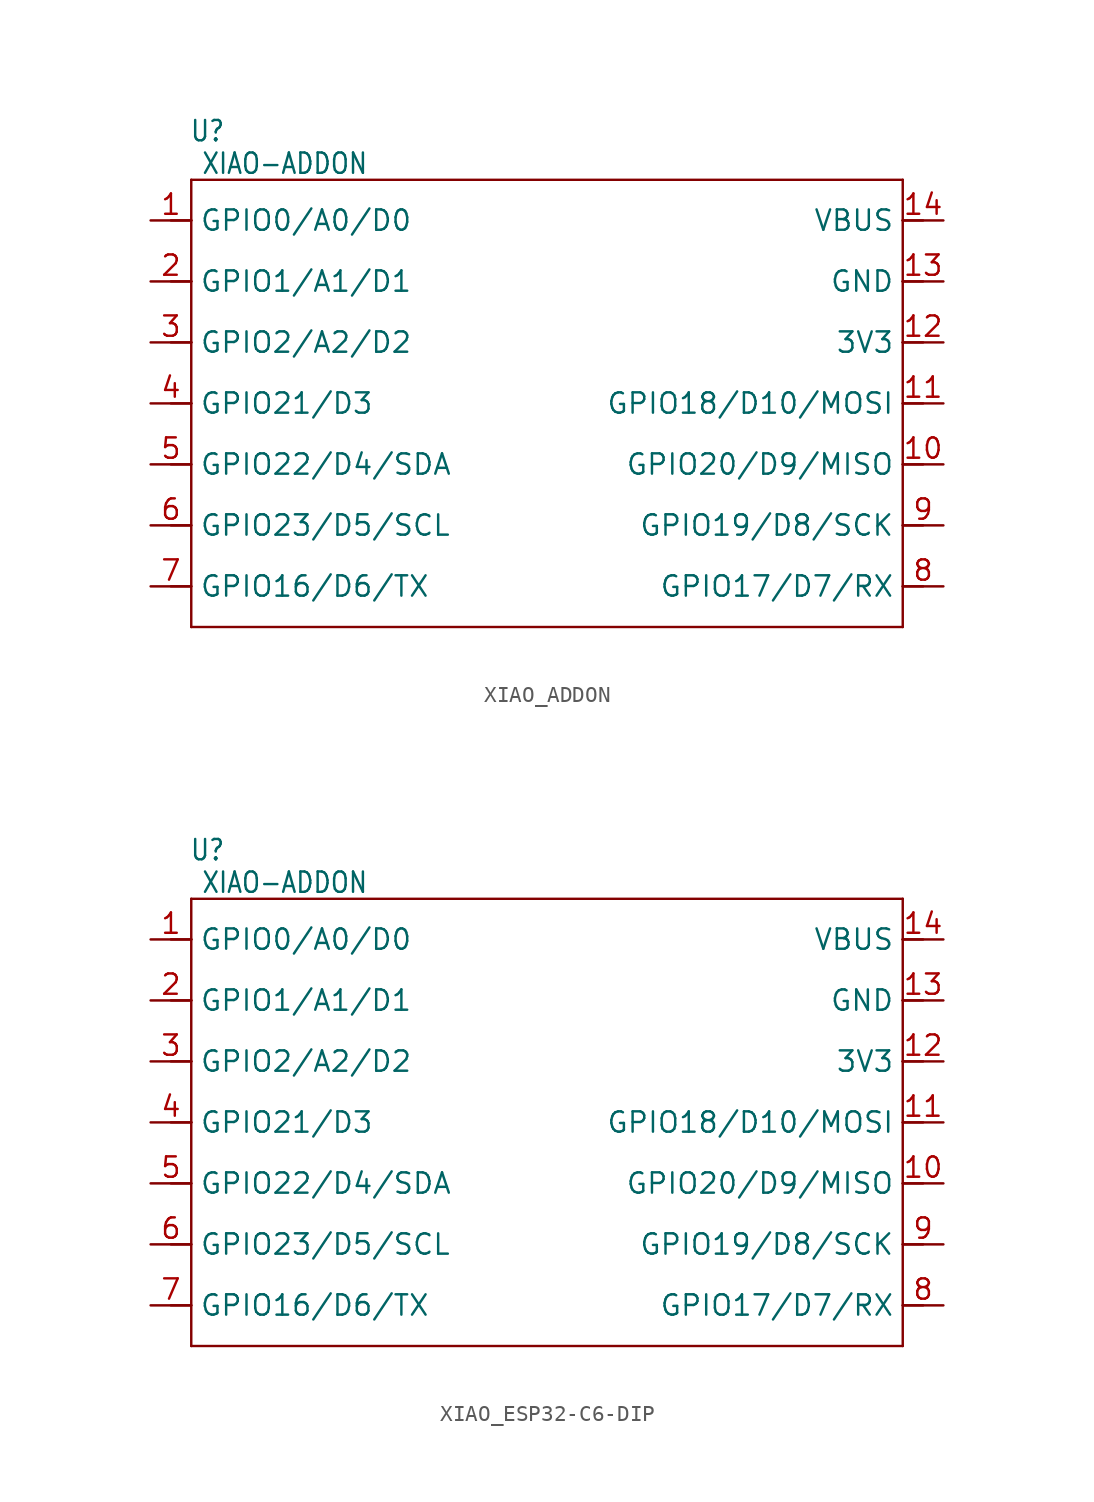
<source format=kicad_sym>
(kicad_symbol_lib
  (version 20231120)
  (generator "kicad_symbol_editor")
  (generator_version "8.0")
  (symbol "XIAO_ADDON"
    (property "Reference" "U"
      (at -20.574 17.018 0)
      (effects (font (size 1.27 1.079))))
    (property "Value" "XIAO-ADDON"
      (at -15.748 14.986 0)
      (effects (font (size 1.27 1.079))))
    (property "Rating" ""
      (at 0 0 0)
      (effects (font (size 1.27 1.27))))
    (symbol "XIAO_ADDON_1_0"
      (polyline (pts (xy -21.59 -13.97) (xy -21.59 0)) (stroke (width 0.152) (type solid)) (fill (type none)))
      (polyline (pts (xy -21.59 -11.43) (xy -22.86 -11.43)) (stroke (width 0.152) (type solid)) (fill (type none)))
      (polyline (pts (xy -21.59 -7.62) (xy -22.86 -7.62)) (stroke (width 0.152) (type solid)) (fill (type none)))
      (polyline (pts (xy -21.59 -3.81) (xy -22.86 -3.81)) (stroke (width 0.152) (type solid)) (fill (type none)))
      (polyline (pts (xy -21.59 0) (xy -22.86 0)) (stroke (width 0.152) (type solid)) (fill (type none)))
      (polyline (pts (xy -21.59 0) (xy -21.59 3.81)) (stroke (width 0.152) (type solid)) (fill (type none)))
      (polyline (pts (xy -21.59 3.81) (xy -22.86 3.81)) (stroke (width 0.152) (type solid)) (fill (type none)))
      (polyline (pts (xy -21.59 3.81) (xy -21.59 7.62)) (stroke (width 0.152) (type solid)) (fill (type none)))
      (polyline (pts (xy -21.59 7.62) (xy -22.86 7.62)) (stroke (width 0.152) (type solid)) (fill (type none)))
      (polyline (pts (xy -21.59 7.62) (xy -21.59 11.43)) (stroke (width 0.152) (type solid)) (fill (type none)))
      (polyline (pts (xy -21.59 11.43) (xy -22.86 11.43)) (stroke (width 0.152) (type solid)) (fill (type none)))
      (polyline (pts (xy -21.59 11.43) (xy -21.59 13.97)) (stroke (width 0.152) (type solid)) (fill (type none)))
      (polyline (pts (xy -21.59 13.97) (xy 22.86 13.97)) (stroke (width 0.152) (type solid)) (fill (type none)))
      (polyline (pts (xy 22.86 -13.97) (xy -21.59 -13.97)) (stroke (width 0.152) (type solid)) (fill (type none)))
      (polyline (pts (xy 22.86 3.81) (xy 22.86 -13.97)) (stroke (width 0.152) (type solid)) (fill (type none)))
      (polyline (pts (xy 22.86 7.62) (xy 22.86 3.81)) (stroke (width 0.152) (type solid)) (fill (type none)))
      (polyline (pts (xy 22.86 11.43) (xy 22.86 7.62)) (stroke (width 0.152) (type solid)) (fill (type none)))
      (polyline (pts (xy 22.86 13.97) (xy 22.86 11.43)) (stroke (width 0.152) (type solid)) (fill (type none)))
      (polyline (pts (xy 24.13 -11.43) (xy 22.86 -11.43)) (stroke (width 0.152) (type solid)) (fill (type none)))
      (polyline (pts (xy 24.13 -7.62) (xy 22.86 -7.62)) (stroke (width 0.152) (type solid)) (fill (type none)))
      (polyline (pts (xy 24.13 -3.81) (xy 22.86 -3.81)) (stroke (width 0.152) (type solid)) (fill (type none)))
      (polyline (pts (xy 24.13 0) (xy 22.86 0)) (stroke (width 0.152) (type solid)) (fill (type none)))
      (polyline (pts (xy 24.13 3.81) (xy 22.86 3.81)) (stroke (width 0.152) (type solid)) (fill (type none)))
      (polyline (pts (xy 24.13 7.62) (xy 22.86 7.62)) (stroke (width 0.152) (type solid)) (fill (type none)))
      (polyline (pts (xy 24.13 11.43) (xy 22.86 11.43)) (stroke (width 0.152) (type solid)) (fill (type none)))
      (pin passive line (at -24.13 11.43 0) (length 2.54) (name "GPIO0/A0/D0" (effects (font (size 1.27 1.27)))) (number "1" (effects (font (size 1.27 1.27)))))
      (pin passive line (at 25.4 -3.81 180) (length 2.54) (name "GPIO20/D9/MISO" (effects (font (size 1.27 1.27)))) (number "10" (effects (font (size 1.27 1.27)))))
      (pin passive line (at 25.4 0 180) (length 2.54) (name "GPIO18/D10/MOSI" (effects (font (size 1.27 1.27)))) (number "11" (effects (font (size 1.27 1.27)))))
      (pin passive line (at 25.4 3.81 180) (length 2.54) (name "3V3" (effects (font (size 1.27 1.27)))) (number "12" (effects (font (size 1.27 1.27)))))
      (pin passive line (at 25.4 7.62 180) (length 2.54) (name "GND" (effects (font (size 1.27 1.27)))) (number "13" (effects (font (size 1.27 1.27)))))
      (pin passive line (at 25.4 11.43 180) (length 2.54) (name "VBUS" (effects (font (size 1.27 1.27)))) (number "14" (effects (font (size 1.27 1.27)))))
      (pin passive line (at -24.13 7.62 0) (length 2.54) (name "GPIO1/A1/D1" (effects (font (size 1.27 1.27)))) (number "2" (effects (font (size 1.27 1.27)))))
      (pin passive line (at -24.13 3.81 0) (length 2.54) (name "GPIO2/A2/D2" (effects (font (size 1.27 1.27)))) (number "3" (effects (font (size 1.27 1.27)))))
      (pin passive line (at -24.13 0 0) (length 2.54) (name "GPIO21/D3" (effects (font (size 1.27 1.27)))) (number "4" (effects (font (size 1.27 1.27)))))
      (pin passive line (at -24.13 -3.81 0) (length 2.54) (name "GPIO22/D4/SDA" (effects (font (size 1.27 1.27)))) (number "5" (effects (font (size 1.27 1.27)))))
      (pin passive line (at -24.13 -7.62 0) (length 2.54) (name "GPIO23/D5/SCL" (effects (font (size 1.27 1.27)))) (number "6" (effects (font (size 1.27 1.27)))))
      (pin passive line (at -24.13 -11.43 0) (length 2.54) (name "GPIO16/D6/TX" (effects (font (size 1.27 1.27)))) (number "7" (effects (font (size 1.27 1.27)))))
      (pin passive line (at 25.4 -11.43 180) (length 2.54) (name "GPIO17/D7/RX" (effects (font (size 1.27 1.27)))) (number "8" (effects (font (size 1.27 1.27)))))
      (pin passive line (at 25.4 -7.62 180) (length 2.54) (name "GPIO19/D8/SCK" (effects (font (size 1.27 1.27)))) (number "9" (effects (font (size 1.27 1.27)))))))
  (symbol "XIAO_ESP32-C6-DIP"
    (property "Reference" "U"
      (at -20.574 17.018 0)
      (effects (font (size 1.27 1.079))))
    (property "Value" "XIAO-ADDON"
      (at -15.748 14.986 0)
      (effects (font (size 1.27 1.079))))
    (property "Rating" ""
      (at 0 0 0)
      (effects (font (size 1.27 1.27))))
    (symbol "XIAO_ESP32-C6-DIP_1_0"
      (polyline (pts (xy -21.59 -13.97) (xy -21.59 0)) (stroke (width 0.152) (type solid)) (fill (type none)))
      (polyline (pts (xy -21.59 -11.43) (xy -22.86 -11.43)) (stroke (width 0.152) (type solid)) (fill (type none)))
      (polyline (pts (xy -21.59 -7.62) (xy -22.86 -7.62)) (stroke (width 0.152) (type solid)) (fill (type none)))
      (polyline (pts (xy -21.59 -3.81) (xy -22.86 -3.81)) (stroke (width 0.152) (type solid)) (fill (type none)))
      (polyline (pts (xy -21.59 0) (xy -22.86 0)) (stroke (width 0.152) (type solid)) (fill (type none)))
      (polyline (pts (xy -21.59 0) (xy -21.59 3.81)) (stroke (width 0.152) (type solid)) (fill (type none)))
      (polyline (pts (xy -21.59 3.81) (xy -22.86 3.81)) (stroke (width 0.152) (type solid)) (fill (type none)))
      (polyline (pts (xy -21.59 3.81) (xy -21.59 7.62)) (stroke (width 0.152) (type solid)) (fill (type none)))
      (polyline (pts (xy -21.59 7.62) (xy -22.86 7.62)) (stroke (width 0.152) (type solid)) (fill (type none)))
      (polyline (pts (xy -21.59 7.62) (xy -21.59 11.43)) (stroke (width 0.152) (type solid)) (fill (type none)))
      (polyline (pts (xy -21.59 11.43) (xy -22.86 11.43)) (stroke (width 0.152) (type solid)) (fill (type none)))
      (polyline (pts (xy -21.59 11.43) (xy -21.59 13.97)) (stroke (width 0.152) (type solid)) (fill (type none)))
      (polyline (pts (xy -21.59 13.97) (xy 22.86 13.97)) (stroke (width 0.152) (type solid)) (fill (type none)))
      (polyline (pts (xy 22.86 -13.97) (xy -21.59 -13.97)) (stroke (width 0.152) (type solid)) (fill (type none)))
      (polyline (pts (xy 22.86 3.81) (xy 22.86 -13.97)) (stroke (width 0.152) (type solid)) (fill (type none)))
      (polyline (pts (xy 22.86 7.62) (xy 22.86 3.81)) (stroke (width 0.152) (type solid)) (fill (type none)))
      (polyline (pts (xy 22.86 11.43) (xy 22.86 7.62)) (stroke (width 0.152) (type solid)) (fill (type none)))
      (polyline (pts (xy 22.86 13.97) (xy 22.86 11.43)) (stroke (width 0.152) (type solid)) (fill (type none)))
      (polyline (pts (xy 24.13 -11.43) (xy 22.86 -11.43)) (stroke (width 0.152) (type solid)) (fill (type none)))
      (polyline (pts (xy 24.13 -7.62) (xy 22.86 -7.62)) (stroke (width 0.152) (type solid)) (fill (type none)))
      (polyline (pts (xy 24.13 -3.81) (xy 22.86 -3.81)) (stroke (width 0.152) (type solid)) (fill (type none)))
      (polyline (pts (xy 24.13 0) (xy 22.86 0)) (stroke (width 0.152) (type solid)) (fill (type none)))
      (polyline (pts (xy 24.13 3.81) (xy 22.86 3.81)) (stroke (width 0.152) (type solid)) (fill (type none)))
      (polyline (pts (xy 24.13 7.62) (xy 22.86 7.62)) (stroke (width 0.152) (type solid)) (fill (type none)))
      (polyline (pts (xy 24.13 11.43) (xy 22.86 11.43)) (stroke (width 0.152) (type solid)) (fill (type none)))
      (pin passive line (at -24.13 11.43 0) (length 2.54) (name "GPIO0/A0/D0" (effects (font (size 1.27 1.27)))) (number "1" (effects (font (size 1.27 1.27)))))
      (pin passive line (at 25.4 -3.81 180) (length 2.54) (name "GPIO20/D9/MISO" (effects (font (size 1.27 1.27)))) (number "10" (effects (font (size 1.27 1.27)))))
      (pin passive line (at 25.4 0 180) (length 2.54) (name "GPIO18/D10/MOSI" (effects (font (size 1.27 1.27)))) (number "11" (effects (font (size 1.27 1.27)))))
      (pin passive line (at 25.4 3.81 180) (length 2.54) (name "3V3" (effects (font (size 1.27 1.27)))) (number "12" (effects (font (size 1.27 1.27)))))
      (pin passive line (at 25.4 7.62 180) (length 2.54) (name "GND" (effects (font (size 1.27 1.27)))) (number "13" (effects (font (size 1.27 1.27)))))
      (pin passive line (at 25.4 11.43 180) (length 2.54) (name "VBUS" (effects (font (size 1.27 1.27)))) (number "14" (effects (font (size 1.27 1.27)))))
      (pin passive line (at -24.13 7.62 0) (length 2.54) (name "GPIO1/A1/D1" (effects (font (size 1.27 1.27)))) (number "2" (effects (font (size 1.27 1.27)))))
      (pin passive line (at -24.13 3.81 0) (length 2.54) (name "GPIO2/A2/D2" (effects (font (size 1.27 1.27)))) (number "3" (effects (font (size 1.27 1.27)))))
      (pin passive line (at -24.13 0 0) (length 2.54) (name "GPIO21/D3" (effects (font (size 1.27 1.27)))) (number "4" (effects (font (size 1.27 1.27)))))
      (pin passive line (at -24.13 -3.81 0) (length 2.54) (name "GPIO22/D4/SDA" (effects (font (size 1.27 1.27)))) (number "5" (effects (font (size 1.27 1.27)))))
      (pin passive line (at -24.13 -7.62 0) (length 2.54) (name "GPIO23/D5/SCL" (effects (font (size 1.27 1.27)))) (number "6" (effects (font (size 1.27 1.27)))))
      (pin passive line (at -24.13 -11.43 0) (length 2.54) (name "GPIO16/D6/TX" (effects (font (size 1.27 1.27)))) (number "7" (effects (font (size 1.27 1.27)))))
      (pin passive line (at 25.4 -11.43 180) (length 2.54) (name "GPIO17/D7/RX" (effects (font (size 1.27 1.27)))) (number "8" (effects (font (size 1.27 1.27)))))
      (pin passive line (at 25.4 -7.62 180) (length 2.54) (name "GPIO19/D8/SCK" (effects (font (size 1.27 1.27)))) (number "9" (effects (font (size 1.27 1.27))))))))
</source>
